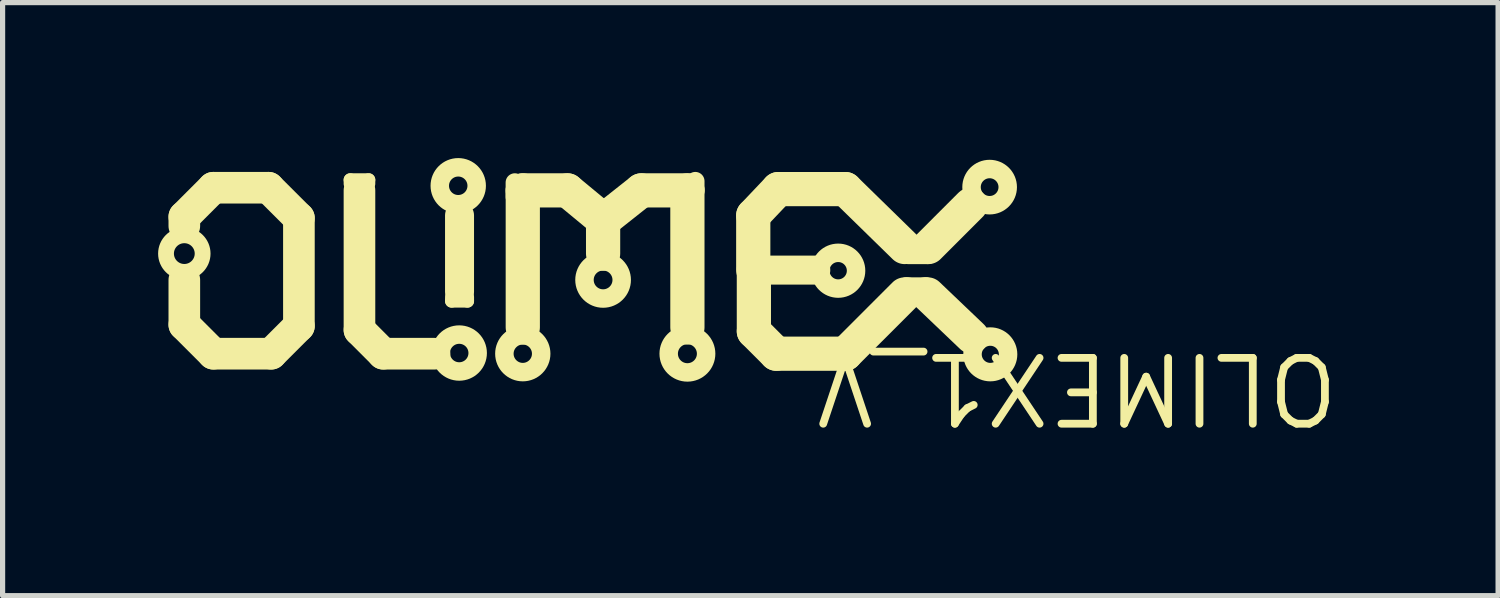
<source format=kicad_pcb>
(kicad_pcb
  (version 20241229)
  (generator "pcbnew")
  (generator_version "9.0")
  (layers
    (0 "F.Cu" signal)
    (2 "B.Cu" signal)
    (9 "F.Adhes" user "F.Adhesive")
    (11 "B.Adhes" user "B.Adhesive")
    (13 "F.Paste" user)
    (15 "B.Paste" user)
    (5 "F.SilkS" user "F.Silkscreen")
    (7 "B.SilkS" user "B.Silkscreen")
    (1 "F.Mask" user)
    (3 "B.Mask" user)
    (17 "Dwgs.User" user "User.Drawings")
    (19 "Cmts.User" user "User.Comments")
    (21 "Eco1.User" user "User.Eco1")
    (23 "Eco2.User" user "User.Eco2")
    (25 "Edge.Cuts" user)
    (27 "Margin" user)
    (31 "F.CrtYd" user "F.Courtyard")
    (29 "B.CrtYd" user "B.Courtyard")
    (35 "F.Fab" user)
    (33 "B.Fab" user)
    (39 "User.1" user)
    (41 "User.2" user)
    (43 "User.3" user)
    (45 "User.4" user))
  (footprint "OLIMEX1_V"
    (layer "F.Cu")
    (at 17.726 4.432)
    (property "Reference" "OLIMEX1_V" (at 0 0 180) (unlocked yes) (layer "F.SilkS") (effects (font (size 1.27 1.27) (thickness 0.15))))
    (fp_line (start -17.221 -3.302) (end -17.221 -3.124) (stroke (width 0.61) (type solid)) (layer "F.SilkS"))
    (fp_line (start -17.221 -2.083) (end -17.221 -1.219) (stroke (width 0.61) (type solid)) (layer "F.SilkS"))
    (fp_line (start -17.221 -1.219) (end -16.662 -0.66) (stroke (width 0.61) (type solid)) (layer "F.SilkS"))
    (fp_line (start -16.662 -3.861) (end -17.221 -3.302) (stroke (width 0.61) (type solid)) (layer "F.SilkS"))
    (fp_line (start -16.662 -0.66) (end -15.545 -0.66) (stroke (width 0.61) (type solid)) (layer "F.SilkS"))
    (fp_line (start -15.596 -3.861) (end -16.662 -3.861) (stroke (width 0.61) (type solid)) (layer "F.SilkS"))
    (fp_line (start -15.545 -0.66) (end -15.011 -1.194) (stroke (width 0.61) (type solid)) (layer "F.SilkS"))
    (fp_line (start -15.011 -3.277) (end -15.596 -3.861) (stroke (width 0.61) (type solid)) (layer "F.SilkS"))
    (fp_line (start -15.011 -1.194) (end -15.011 -3.277) (stroke (width 0.61) (type solid)) (layer "F.SilkS"))
    (fp_line (start -14.021 -4.013) (end -14.021 -3.937) (stroke (width 0.254) (type solid)) (layer "F.SilkS"))
    (fp_line (start -13.843 -3.81) (end -13.843 -1.118) (stroke (width 0.61) (type solid)) (layer "F.SilkS"))
    (fp_line (start -13.843 -1.118) (end -13.386 -0.66) (stroke (width 0.61) (type solid)) (layer "F.SilkS"))
    (fp_line (start -13.665 -4.013) (end -14.021 -4.013) (stroke (width 0.254) (type solid)) (layer "F.SilkS"))
    (fp_line (start -13.665 -3.937) (end -13.665 -4.013) (stroke (width 0.254) (type solid)) (layer "F.SilkS"))
    (fp_line (start -13.386 -0.66) (end -12.395 -0.66) (stroke (width 0.61) (type solid)) (layer "F.SilkS"))
    (fp_line (start -12.065 -1.753) (end -12.065 -1.676) (stroke (width 0.254) (type solid)) (layer "F.SilkS"))
    (fp_line (start -12.065 -1.676) (end -11.76 -1.676) (stroke (width 0.254) (type solid)) (layer "F.SilkS"))
    (fp_line (start -11.913 -1.854) (end -11.913 -3.327) (stroke (width 0.559) (type solid)) (layer "F.SilkS"))
    (fp_line (start -11.76 -1.676) (end -11.76 -1.753) (stroke (width 0.254) (type solid)) (layer "F.SilkS"))
    (fp_line (start -10.846 -3.683) (end -10.846 -3.962) (stroke (width 0.356) (type solid)) (layer "F.SilkS"))
    (fp_line (start -10.693 -3.81) (end -9.83 -3.81) (stroke (width 0.66) (type solid)) (layer "F.SilkS"))
    (fp_line (start -10.693 -1.168) (end -10.693 -3.81) (stroke (width 0.66) (type solid)) (layer "F.SilkS"))
    (fp_line (start -9.83 -3.81) (end -9.246 -3.327) (stroke (width 0.66) (type solid)) (layer "F.SilkS"))
    (fp_line (start -9.246 -3.327) (end -9.144 -3.327) (stroke (width 0.61) (type solid)) (layer "F.SilkS"))
    (fp_line (start -9.144 -3.327) (end -9.144 -2.591) (stroke (width 0.66) (type solid)) (layer "F.SilkS"))
    (fp_line (start -8.407 -3.81) (end -9.017 -3.327) (stroke (width 0.66) (type solid)) (layer "F.SilkS"))
    (fp_line (start -7.518 -3.81) (end -8.407 -3.81) (stroke (width 0.66) (type solid)) (layer "F.SilkS"))
    (fp_line (start -7.518 -1.168) (end -7.518 -3.81) (stroke (width 0.66) (type solid)) (layer "F.SilkS"))
    (fp_line (start -7.366 -3.81) (end -7.366 -3.988) (stroke (width 0.356) (type solid)) (layer "F.SilkS"))
    (fp_line (start -6.248 -3.327) (end -5.766 -3.835) (stroke (width 0.66) (type solid)) (layer "F.SilkS"))
    (fp_line (start -6.248 -2.273) (end -6.248 -3.327) (stroke (width 0.66) (type solid)) (layer "F.SilkS"))
    (fp_line (start -6.236 -2.286) (end -6.236 -1.092) (stroke (width 0.66) (type solid)) (layer "F.SilkS"))
    (fp_line (start -6.236 -1.092) (end -5.804 -0.66) (stroke (width 0.66) (type solid)) (layer "F.SilkS"))
    (fp_line (start -5.804 -0.66) (end -4.47 -0.66) (stroke (width 0.66) (type solid)) (layer "F.SilkS"))
    (fp_line (start -5.766 -3.835) (end -4.47 -3.835) (stroke (width 0.66) (type solid)) (layer "F.SilkS"))
    (fp_line (start -5.042 -2.273) (end -6.248 -2.273) (stroke (width 0.559) (type solid)) (layer "F.SilkS"))
    (fp_line (start -4.47 -3.835) (end -3.327 -2.718) (stroke (width 0.66) (type solid)) (layer "F.SilkS"))
    (fp_line (start -4.47 -0.66) (end -3.327 -1.803) (stroke (width 0.66) (type solid)) (layer "F.SilkS"))
    (fp_line (start -3.327 -1.803) (end -3.277 -1.854) (stroke (width 0.559) (type solid)) (layer "F.SilkS"))
    (fp_line (start -3.277 -1.854) (end -2.934 -1.854) (stroke (width 0.559) (type solid)) (layer "F.SilkS"))
    (fp_line (start -3.251 -2.667) (end -2.896 -2.667) (stroke (width 0.559) (type solid)) (layer "F.SilkS"))
    (fp_line (start -2.934 -1.854) (end -2.883 -1.803) (stroke (width 0.559) (type solid)) (layer "F.SilkS"))
    (fp_line (start -2.883 -1.803) (end -2.032 -0.991) (stroke (width 0.66) (type solid)) (layer "F.SilkS"))
    (fp_line (start -2.057 -3.531) (end -2.87 -2.718) (stroke (width 0.66) (type solid)) (layer "F.SilkS"))
    (fp_circle (center -17.221 -2.591) (end -16.868 -2.591) (stroke (width 0.305) (type solid)) (fill no) (layer "F.SilkS"))
    (fp_circle (center -11.938 -3.899) (end -11.582 -3.899) (stroke (width 0.356) (type solid)) (fill no) (layer "F.SilkS"))
    (fp_circle (center -11.919 -0.673) (end -11.563 -0.673) (stroke (width 0.356) (type solid)) (fill no) (layer "F.SilkS"))
    (fp_circle (center -10.693 -0.66) (end -10.338 -0.66) (stroke (width 0.356) (type solid)) (fill no) (layer "F.SilkS"))
    (fp_circle (center -9.144 -2.083) (end -8.785 -2.083) (stroke (width 0.356) (type solid)) (fill no) (layer "F.SilkS"))
    (fp_circle (center -7.518 -0.66) (end -7.157 -0.66) (stroke (width 0.356) (type solid)) (fill no) (layer "F.SilkS"))
    (fp_circle (center -4.61 -2.261) (end -4.265 -2.261) (stroke (width 0.356) (type solid)) (fill no) (layer "F.SilkS"))
    (fp_circle (center -1.689 -3.873) (end -1.34 -3.873) (stroke (width 0.356) (type solid)) (fill no) (layer "F.SilkS"))
    (fp_circle (center -1.676 -0.648) (end -1.333 -0.648) (stroke (width 0.356) (type solid)) (fill no) (layer "F.SilkS")))
  (gr_rect
    (start -3 -3)
    (end 25.844 8.438)
    (stroke (width 0.1) (type default))
    (fill no)
    (layer "Edge.Cuts")))
</source>
